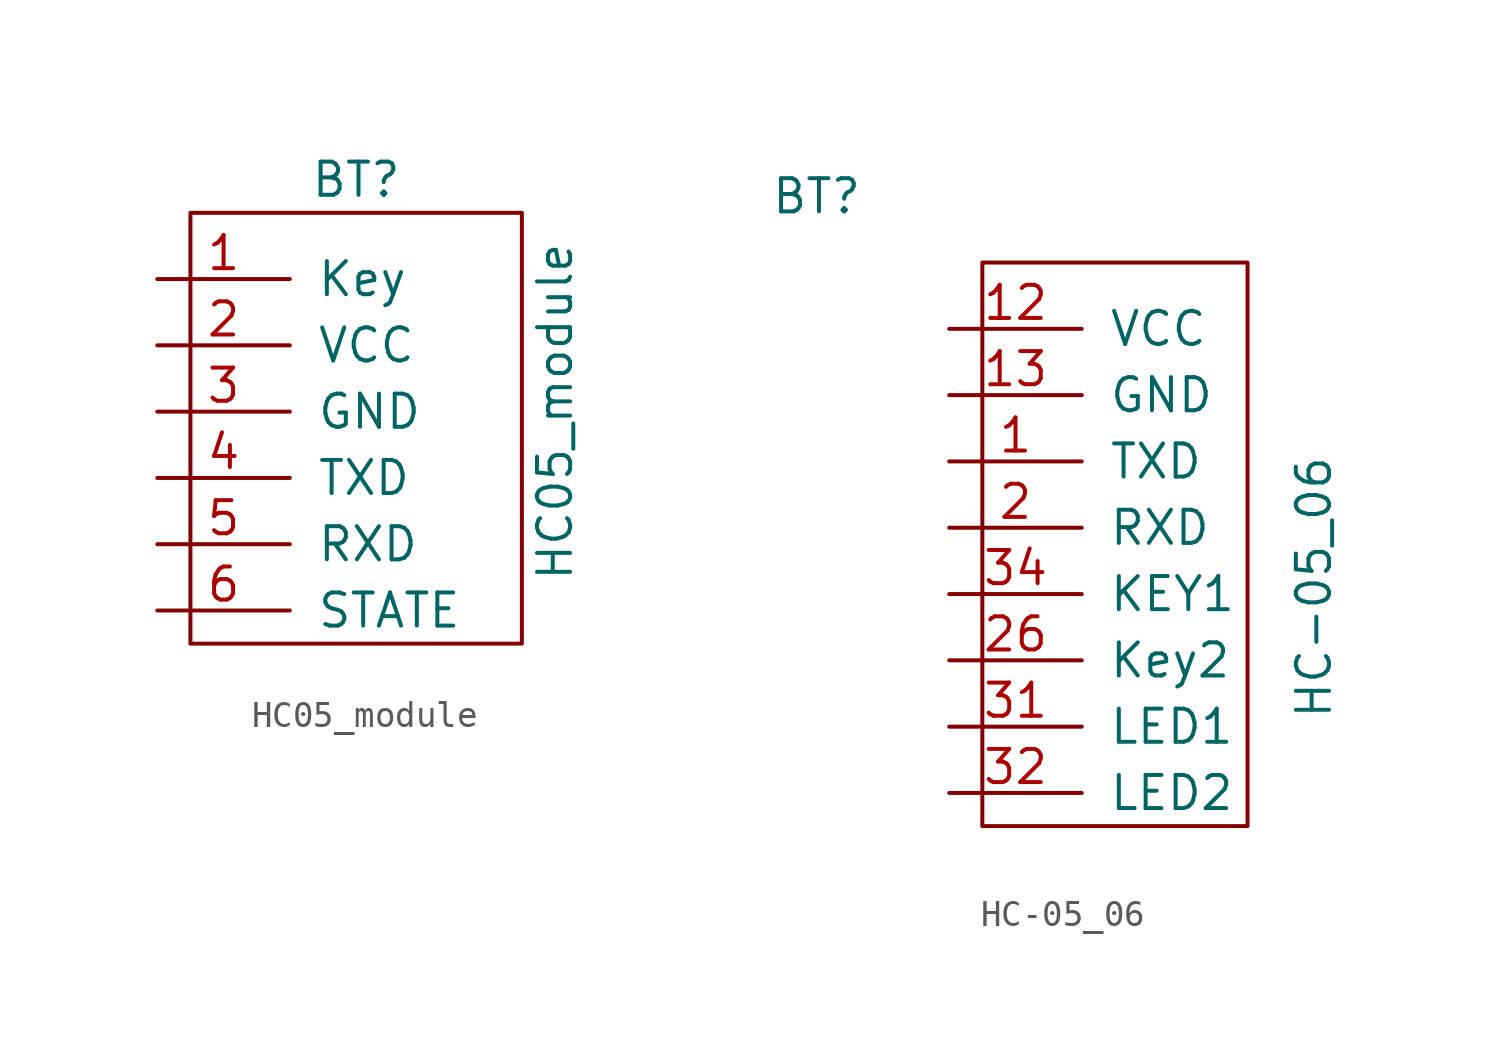
<source format=kicad_sym>
(kicad_symbol_lib
  (version 20231120)
  (generator "kicad_symbol_editor")
  (generator_version "8.0")
  (symbol "HC05_module"
    (pin_names
      (offset 1.016))
    (property "Reference" "BT"
      (at 2.54 8.89 0)
      (effects (font (size 1.27 1.27))))
    (property "Value" "HC05_module"
      (at 10.16 0 90)
      (effects (font (size 1.27 1.27))))
    (symbol "HC05_module_0_1"
      (rectangle (start -3.81 7.62) (end 8.89 -8.89) (stroke (width 0) (type default)) (fill (type none))))
    (symbol "HC05_module_1_1"
      (pin input line (at -5.08 5.08 0) (length 5.08) (name "Key" (effects (font (size 1.27 1.27)))) (number "1" (effects (font (size 1.27 1.27)))))
      (pin input line (at -5.08 2.54 0) (length 5.08) (name "VCC" (effects (font (size 1.27 1.27)))) (number "2" (effects (font (size 1.27 1.27)))))
      (pin input line (at -5.08 0 0) (length 5.08) (name "GND" (effects (font (size 1.27 1.27)))) (number "3" (effects (font (size 1.27 1.27)))))
      (pin output line (at -5.08 -2.54 0) (length 5.08) (name "TXD" (effects (font (size 1.27 1.27)))) (number "4" (effects (font (size 1.27 1.27)))))
      (pin input line (at -5.08 -5.08 0) (length 5.08) (name "RXD" (effects (font (size 1.27 1.27)))) (number "5" (effects (font (size 1.27 1.27)))))
      (pin input line (at -5.08 -7.62 0) (length 5.08) (name "STATE" (effects (font (size 1.27 1.27)))) (number "6" (effects (font (size 1.27 1.27)))))))
  (symbol "HC-05_06"
    (pin_names
      (offset 1.016))
    (property "Reference" "BT"
      (at -10.16 7.62 0)
      (effects (font (size 1.27 1.27))))
    (property "Value" "HC-05_06"
      (at 8.89 -7.366 90)
      (effects (font (size 1.27 1.27))))
    (symbol "HC-05_06_0_1"
      (rectangle (start -3.81 5.08) (end 6.35 -16.51) (stroke (width 0) (type default)) (fill (type none))))
    (symbol "HC-05_06_1_1"
      (pin output line (at -5.08 -2.54 0) (length 5.08) (name "TXD" (effects (font (size 1.27 1.27)))) (number "1" (effects (font (size 1.27 1.27)))))
      (pin input line (at -5.08 2.54 0) (length 5.08) (name "VCC" (effects (font (size 1.27 1.27)))) (number "12" (effects (font (size 1.27 1.27)))))
      (pin input line (at -5.08 0 0) (length 5.08) (name "GND" (effects (font (size 1.27 1.27)))) (number "13" (effects (font (size 1.27 1.27)))))
      (pin input line (at -5.08 -5.08 0) (length 5.08) (name "RXD" (effects (font (size 1.27 1.27)))) (number "2" (effects (font (size 1.27 1.27)))))
      (pin input line (at -5.08 -10.16 0) (length 5.08) (name "Key2" (effects (font (size 1.27 1.27)))) (number "26" (effects (font (size 1.27 1.27)))))
      (pin input line (at -5.08 -12.7 0) (length 5.08) (name "LED1" (effects (font (size 1.27 1.27)))) (number "31" (effects (font (size 1.27 1.27)))))
      (pin input line (at -5.08 -15.24 0) (length 5.08) (name "LED2" (effects (font (size 1.27 1.27)))) (number "32" (effects (font (size 1.27 1.27)))))
      (pin input line (at -5.08 -7.62 0) (length 5.08) (name "KEY1" (effects (font (size 1.27 1.27)))) (number "34" (effects (font (size 1.27 1.27))))))))
</source>
